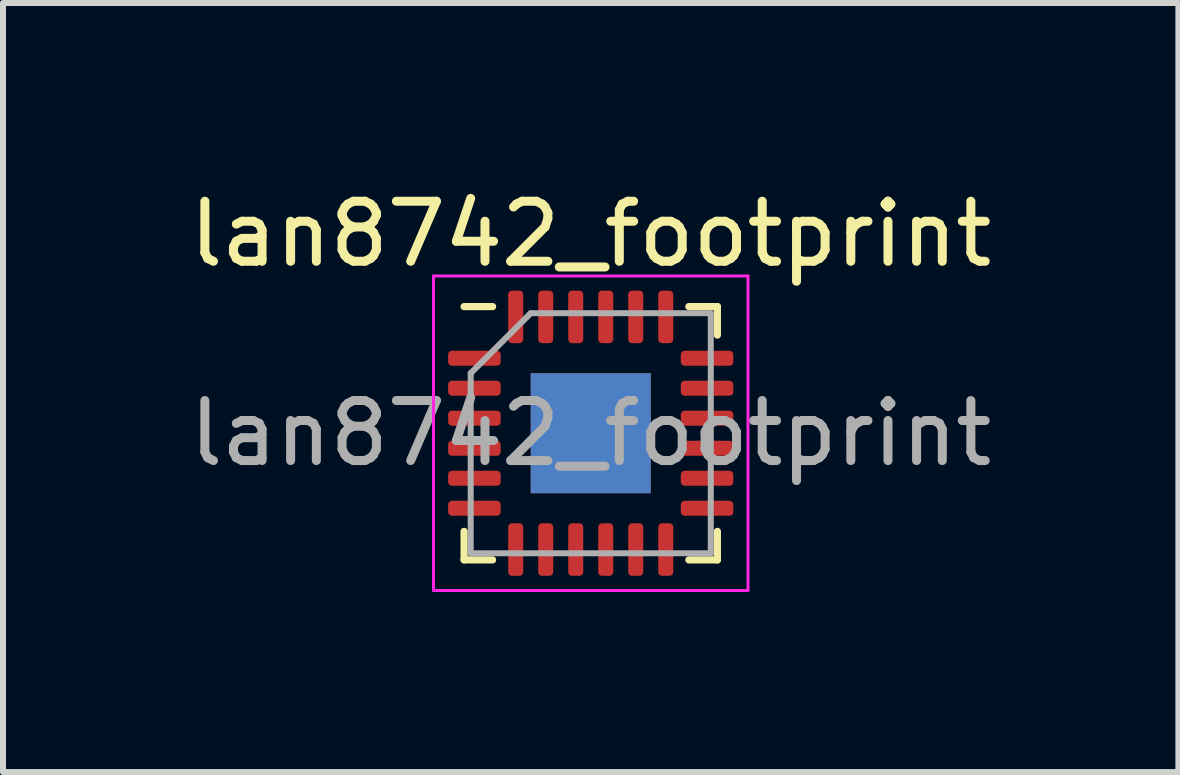
<source format=kicad_pcb>
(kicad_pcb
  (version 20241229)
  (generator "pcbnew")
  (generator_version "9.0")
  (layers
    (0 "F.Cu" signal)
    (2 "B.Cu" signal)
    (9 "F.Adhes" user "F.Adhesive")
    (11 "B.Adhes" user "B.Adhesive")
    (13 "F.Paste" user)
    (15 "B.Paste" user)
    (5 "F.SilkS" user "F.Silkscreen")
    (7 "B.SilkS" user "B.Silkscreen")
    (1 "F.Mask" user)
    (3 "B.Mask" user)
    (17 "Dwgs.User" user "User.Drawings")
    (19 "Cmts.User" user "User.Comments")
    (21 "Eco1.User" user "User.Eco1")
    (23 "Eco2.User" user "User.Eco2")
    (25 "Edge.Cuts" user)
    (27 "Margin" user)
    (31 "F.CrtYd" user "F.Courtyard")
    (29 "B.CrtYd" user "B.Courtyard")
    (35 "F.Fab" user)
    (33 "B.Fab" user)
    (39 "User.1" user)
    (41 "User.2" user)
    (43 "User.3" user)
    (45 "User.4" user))
  (footprint "lan8742_footprint"
    (layer "F.Cu")
    (at 6.792 4.168)
    (property "Reference" "lan8742_footprint" (at 0 -3.32 0) (layer "F.SilkS") (effects (font (size 1 1) (thickness 0.15))))
    (attr smd)
    (fp_line (start -2.11 2.11) (end -2.11 1.635) (stroke (width 0.12) (type solid)) (layer "F.SilkS"))
    (fp_line (start -1.635 -2.11) (end -2.11 -2.11) (stroke (width 0.12) (type solid)) (layer "F.SilkS"))
    (fp_line (start -1.635 2.11) (end -2.11 2.11) (stroke (width 0.12) (type solid)) (layer "F.SilkS"))
    (fp_line (start 1.635 -2.11) (end 2.11 -2.11) (stroke (width 0.12) (type solid)) (layer "F.SilkS"))
    (fp_line (start 1.635 2.11) (end 2.11 2.11) (stroke (width 0.12) (type solid)) (layer "F.SilkS"))
    (fp_line (start 2.11 -2.11) (end 2.11 -1.635) (stroke (width 0.12) (type solid)) (layer "F.SilkS"))
    (fp_line (start 2.11 2.11) (end 2.11 1.635) (stroke (width 0.12) (type solid)) (layer "F.SilkS"))
    (fp_line (start -2.62 -2.62) (end -2.62 2.62) (stroke (width 0.05) (type solid)) (layer "F.CrtYd"))
    (fp_line (start -2.62 2.62) (end 2.62 2.62) (stroke (width 0.05) (type solid)) (layer "F.CrtYd"))
    (fp_line (start 2.62 -2.62) (end -2.62 -2.62) (stroke (width 0.05) (type solid)) (layer "F.CrtYd"))
    (fp_line (start 2.62 2.62) (end 2.62 -2.62) (stroke (width 0.05) (type solid)) (layer "F.CrtYd"))
    (fp_line (start -2 -1) (end -1 -2) (stroke (width 0.1) (type solid)) (layer "F.Fab"))
    (fp_line (start -2 2) (end -2 -1) (stroke (width 0.1) (type solid)) (layer "F.Fab"))
    (fp_line (start -1 -2) (end 2 -2) (stroke (width 0.1) (type solid)) (layer "F.Fab"))
    (fp_line (start 2 -2) (end 2 2) (stroke (width 0.1) (type solid)) (layer "F.Fab"))
    (fp_line (start 2 2) (end -2 2) (stroke (width 0.1) (type solid)) (layer "F.Fab"))
    (fp_text user "${REFERENCE}" (at 0 0 0) (layer "F.Fab") (effects (font (size 1 1) (thickness 0.15))))
    (pad "" smd custom (at -0.5 -0.5) (size 0.779 0.779) (layers "F.Paste") (options (anchor circle)) (primitives (gr_poly (pts (xy -0.315 -0.192) (xy -0.192 -0.315) (xy 0.192 -0.315) (xy 0.315 -0.192) (xy 0.315 0.192) (xy 0.192 0.315) (xy -0.192 0.315) (xy -0.315 0.192)) (width 0.297) (fill yes))))
    (pad "" smd custom (at -0.5 0.5) (size 0.779 0.779) (layers "F.Paste") (options (anchor circle)) (primitives (gr_poly (pts (xy -0.315 -0.192) (xy -0.192 -0.315) (xy 0.192 -0.315) (xy 0.315 -0.192) (xy 0.315 0.192) (xy 0.192 0.315) (xy -0.192 0.315) (xy -0.315 0.192)) (width 0.297) (fill yes))))
    (pad "" smd custom (at 0.5 -0.5) (size 0.779 0.779) (layers "F.Paste") (options (anchor circle)) (primitives (gr_poly (pts (xy -0.315 -0.192) (xy -0.192 -0.315) (xy 0.192 -0.315) (xy 0.315 -0.192) (xy 0.315 0.192) (xy 0.192 0.315) (xy -0.192 0.315) (xy -0.315 0.192)) (width 0.297) (fill yes))))
    (pad "" smd custom (at 0.5 0.5) (size 0.779 0.779) (layers "F.Paste") (options (anchor circle)) (primitives (gr_poly (pts (xy -0.315 -0.192) (xy -0.192 -0.315) (xy 0.192 -0.315) (xy 0.315 -0.192) (xy 0.315 0.192) (xy 0.192 0.315) (xy -0.192 0.315) (xy -0.315 0.192)) (width 0.297) (fill yes))))
    (pad "1" smd roundrect (at -1.938 -1.25) (size 0.875 0.25) (layers "F.Cu" "F.Mask" "F.Paste") (roundrect_rratio 0.25))
    (pad "2" smd roundrect (at -1.938 -0.75) (size 0.875 0.25) (layers "F.Cu" "F.Mask" "F.Paste") (roundrect_rratio 0.25))
    (pad "3" smd roundrect (at -1.938 -0.25) (size 0.875 0.25) (layers "F.Cu" "F.Mask" "F.Paste") (roundrect_rratio 0.25))
    (pad "4" smd roundrect (at -1.938 0.25) (size 0.875 0.25) (layers "F.Cu" "F.Mask" "F.Paste") (roundrect_rratio 0.25))
    (pad "5" smd roundrect (at -1.938 0.75) (size 0.875 0.25) (layers "F.Cu" "F.Mask" "F.Paste") (roundrect_rratio 0.25))
    (pad "6" smd roundrect (at -1.938 1.25) (size 0.875 0.25) (layers "F.Cu" "F.Mask" "F.Paste") (roundrect_rratio 0.25))
    (pad "7" smd roundrect (at -1.25 1.938) (size 0.25 0.875) (layers "F.Cu" "F.Mask" "F.Paste") (roundrect_rratio 0.25))
    (pad "8" smd roundrect (at -0.75 1.938) (size 0.25 0.875) (layers "F.Cu" "F.Mask" "F.Paste") (roundrect_rratio 0.25))
    (pad "9" smd roundrect (at -0.25 1.938) (size 0.25 0.875) (layers "F.Cu" "F.Mask" "F.Paste") (roundrect_rratio 0.25))
    (pad "10" smd roundrect (at 0.25 1.938) (size 0.25 0.875) (layers "F.Cu" "F.Mask" "F.Paste") (roundrect_rratio 0.25))
    (pad "11" smd roundrect (at 0.75 1.938) (size 0.25 0.875) (layers "F.Cu" "F.Mask" "F.Paste") (roundrect_rratio 0.25))
    (pad "12" smd roundrect (at 1.25 1.938) (size 0.25 0.875) (layers "F.Cu" "F.Mask" "F.Paste") (roundrect_rratio 0.25))
    (pad "13" smd roundrect (at 1.938 1.25) (size 0.875 0.25) (layers "F.Cu" "F.Mask" "F.Paste") (roundrect_rratio 0.25))
    (pad "14" smd roundrect (at 1.938 0.75) (size 0.875 0.25) (layers "F.Cu" "F.Mask" "F.Paste") (roundrect_rratio 0.25))
    (pad "15" smd roundrect (at 1.938 0.25) (size 0.875 0.25) (layers "F.Cu" "F.Mask" "F.Paste") (roundrect_rratio 0.25))
    (pad "16" smd roundrect (at 1.938 -0.25) (size 0.875 0.25) (layers "F.Cu" "F.Mask" "F.Paste") (roundrect_rratio 0.25))
    (pad "17" smd roundrect (at 1.938 -0.75) (size 0.875 0.25) (layers "F.Cu" "F.Mask" "F.Paste") (roundrect_rratio 0.25))
    (pad "18" smd roundrect (at 1.938 -1.25) (size 0.875 0.25) (layers "F.Cu" "F.Mask" "F.Paste") (roundrect_rratio 0.25))
    (pad "19" smd roundrect (at 1.25 -1.938) (size 0.25 0.875) (layers "F.Cu" "F.Mask" "F.Paste") (roundrect_rratio 0.25))
    (pad "20" smd roundrect (at 0.75 -1.938) (size 0.25 0.875) (layers "F.Cu" "F.Mask" "F.Paste") (roundrect_rratio 0.25))
    (pad "21" smd roundrect (at 0.25 -1.938) (size 0.25 0.875) (layers "F.Cu" "F.Mask" "F.Paste") (roundrect_rratio 0.25))
    (pad "22" smd roundrect (at -0.25 -1.938) (size 0.25 0.875) (layers "F.Cu" "F.Mask" "F.Paste") (roundrect_rratio 0.25))
    (pad "23" smd roundrect (at -0.75 -1.938) (size 0.25 0.875) (layers "F.Cu" "F.Mask" "F.Paste") (roundrect_rratio 0.25))
    (pad "24" smd roundrect (at -1.25 -1.938) (size 0.25 0.875) (layers "F.Cu" "F.Mask" "F.Paste") (roundrect_rratio 0.25))
    (pad "25" smd rect (at 0 0) (size 2 2) (layers "F.Cu" "F.Mask"))
    (pad "25" smd rect (at 0 0) (size 2 2) (layers "B.Cu")))
  (gr_rect
    (start -3 -3)
    (end 16.583 9.813)
    (stroke (width 0.1) (type default))
    (fill no)
    (layer "Edge.Cuts")))
</source>
